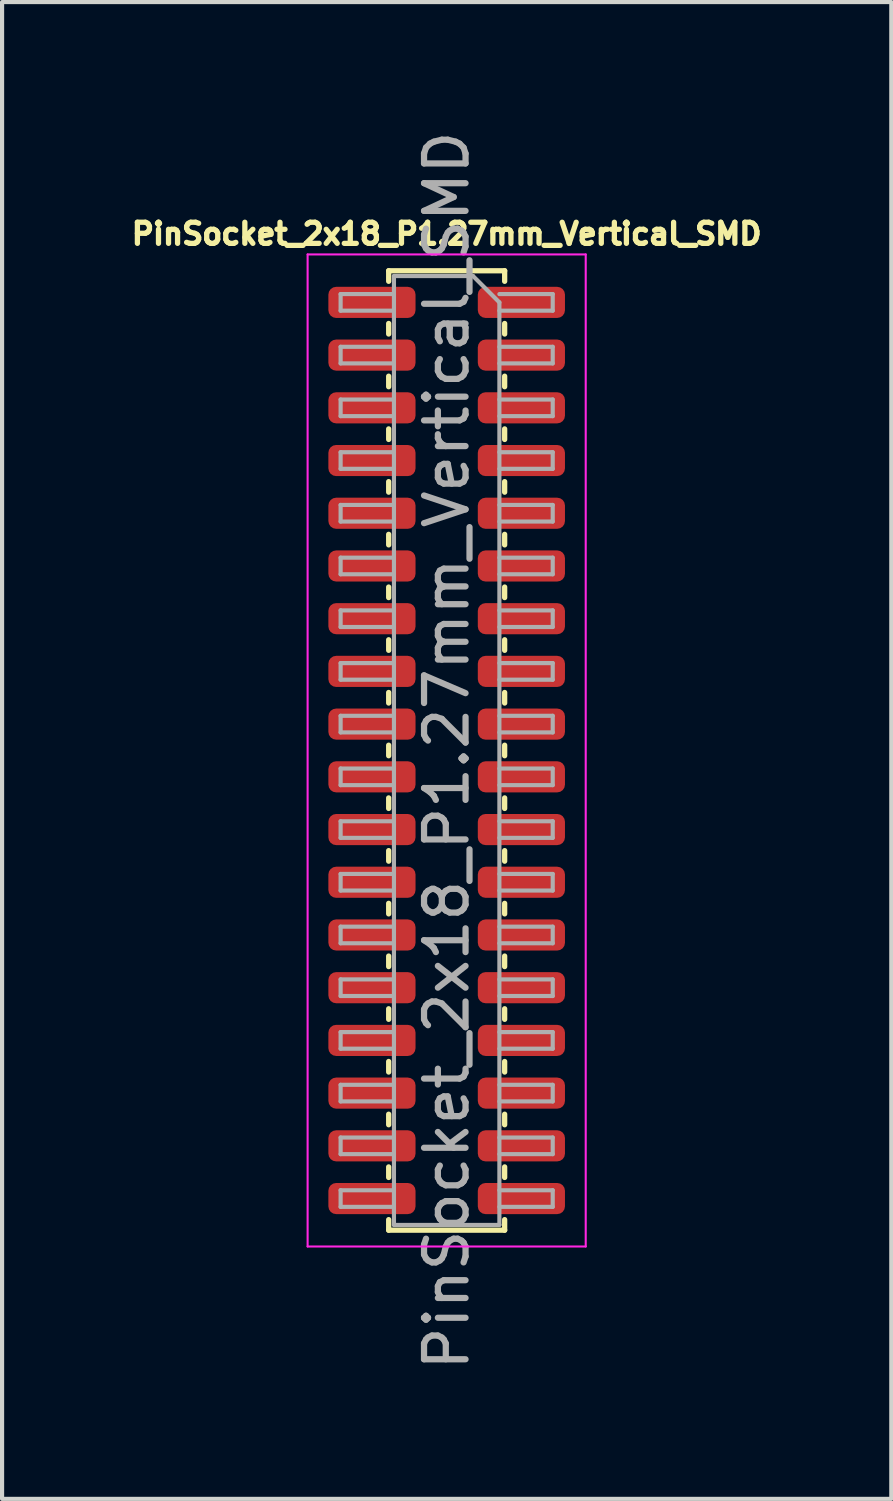
<source format=kicad_pcb>
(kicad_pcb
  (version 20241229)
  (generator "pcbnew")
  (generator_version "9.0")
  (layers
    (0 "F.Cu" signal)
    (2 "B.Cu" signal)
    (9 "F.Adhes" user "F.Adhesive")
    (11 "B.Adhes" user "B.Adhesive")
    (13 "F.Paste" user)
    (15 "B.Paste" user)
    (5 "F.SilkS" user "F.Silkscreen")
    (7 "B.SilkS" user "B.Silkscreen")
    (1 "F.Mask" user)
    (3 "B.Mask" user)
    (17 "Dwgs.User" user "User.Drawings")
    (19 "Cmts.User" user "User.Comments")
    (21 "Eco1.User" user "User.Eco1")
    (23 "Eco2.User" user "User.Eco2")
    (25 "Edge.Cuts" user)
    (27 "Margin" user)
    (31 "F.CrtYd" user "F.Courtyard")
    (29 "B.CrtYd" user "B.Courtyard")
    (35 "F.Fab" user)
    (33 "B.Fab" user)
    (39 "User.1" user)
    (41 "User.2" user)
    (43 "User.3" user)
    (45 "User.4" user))
  (footprint "PinSocket_2x18_P1.27mm_Vertical_SMD"
    (layer "F.Cu")
    (at 7.711 15.03)
    (property "Reference" "PinSocket_2x18_P1.27mm_Vertical_SMD" (at 0 -12.446 0) (layer "F.SilkS") (effects (font (size 0.508 0.508) (thickness 0.127) (bold yes))))
    (attr smd)
    (fp_line (start -1.397 -11.557) (end 1.397 -11.557) (stroke (width 0.127) (type default)) (layer "F.SilkS"))
    (fp_line (start -1.397 -11.303) (end -1.397 -11.557) (stroke (width 0.127) (type default)) (layer "F.SilkS"))
    (fp_line (start -1.397 -10.287) (end -1.397 -10.033) (stroke (width 0.127) (type default)) (layer "F.SilkS"))
    (fp_line (start -1.397 -9.017) (end -1.397 -8.763) (stroke (width 0.127) (type default)) (layer "F.SilkS"))
    (fp_line (start -1.397 -7.747) (end -1.397 -7.493) (stroke (width 0.127) (type default)) (layer "F.SilkS"))
    (fp_line (start -1.397 -6.477) (end -1.397 -6.223) (stroke (width 0.127) (type default)) (layer "F.SilkS"))
    (fp_line (start -1.397 -5.207) (end -1.397 -4.953) (stroke (width 0.127) (type default)) (layer "F.SilkS"))
    (fp_line (start -1.397 -3.937) (end -1.397 -3.683) (stroke (width 0.127) (type default)) (layer "F.SilkS"))
    (fp_line (start -1.397 -2.667) (end -1.397 -2.413) (stroke (width 0.127) (type default)) (layer "F.SilkS"))
    (fp_line (start -1.397 -1.397) (end -1.397 -1.143) (stroke (width 0.127) (type default)) (layer "F.SilkS"))
    (fp_line (start -1.397 -0.127) (end -1.397 0.127) (stroke (width 0.127) (type default)) (layer "F.SilkS"))
    (fp_line (start -1.397 1.143) (end -1.397 1.397) (stroke (width 0.127) (type default)) (layer "F.SilkS"))
    (fp_line (start -1.397 2.413) (end -1.397 2.667) (stroke (width 0.127) (type default)) (layer "F.SilkS"))
    (fp_line (start -1.397 3.683) (end -1.397 3.937) (stroke (width 0.127) (type default)) (layer "F.SilkS"))
    (fp_line (start -1.397 4.953) (end -1.397 5.207) (stroke (width 0.127) (type default)) (layer "F.SilkS"))
    (fp_line (start -1.397 6.223) (end -1.397 6.477) (stroke (width 0.127) (type default)) (layer "F.SilkS"))
    (fp_line (start -1.397 7.493) (end -1.397 7.747) (stroke (width 0.127) (type default)) (layer "F.SilkS"))
    (fp_line (start -1.397 8.763) (end -1.397 9.017) (stroke (width 0.127) (type default)) (layer "F.SilkS"))
    (fp_line (start -1.397 10.033) (end -1.397 10.287) (stroke (width 0.127) (type default)) (layer "F.SilkS"))
    (fp_line (start -1.397 11.303) (end -1.397 11.557) (stroke (width 0.127) (type default)) (layer "F.SilkS"))
    (fp_line (start -1.397 11.557) (end 1.397 11.557) (stroke (width 0.127) (type default)) (layer "F.SilkS"))
    (fp_line (start 1.397 -11.557) (end 1.397 -11.303) (stroke (width 0.127) (type default)) (layer "F.SilkS"))
    (fp_line (start 1.397 -10.287) (end 1.397 -10.033) (stroke (width 0.127) (type default)) (layer "F.SilkS"))
    (fp_line (start 1.397 -9.017) (end 1.397 -8.763) (stroke (width 0.127) (type default)) (layer "F.SilkS"))
    (fp_line (start 1.397 -7.747) (end 1.397 -7.493) (stroke (width 0.127) (type default)) (layer "F.SilkS"))
    (fp_line (start 1.397 -6.477) (end 1.397 -6.223) (stroke (width 0.127) (type default)) (layer "F.SilkS"))
    (fp_line (start 1.397 -5.207) (end 1.397 -4.953) (stroke (width 0.127) (type default)) (layer "F.SilkS"))
    (fp_line (start 1.397 -3.937) (end 1.397 -3.683) (stroke (width 0.127) (type default)) (layer "F.SilkS"))
    (fp_line (start 1.397 -2.667) (end 1.397 -2.413) (stroke (width 0.127) (type default)) (layer "F.SilkS"))
    (fp_line (start 1.397 -1.397) (end 1.397 -1.143) (stroke (width 0.127) (type default)) (layer "F.SilkS"))
    (fp_line (start 1.397 -0.127) (end 1.397 0.127) (stroke (width 0.127) (type default)) (layer "F.SilkS"))
    (fp_line (start 1.397 1.143) (end 1.397 1.397) (stroke (width 0.127) (type default)) (layer "F.SilkS"))
    (fp_line (start 1.397 2.413) (end 1.397 2.667) (stroke (width 0.127) (type default)) (layer "F.SilkS"))
    (fp_line (start 1.397 3.683) (end 1.397 3.937) (stroke (width 0.127) (type default)) (layer "F.SilkS"))
    (fp_line (start 1.397 4.953) (end 1.397 5.207) (stroke (width 0.127) (type default)) (layer "F.SilkS"))
    (fp_line (start 1.397 6.223) (end 1.397 6.477) (stroke (width 0.127) (type default)) (layer "F.SilkS"))
    (fp_line (start 1.397 7.493) (end 1.397 7.747) (stroke (width 0.127) (type default)) (layer "F.SilkS"))
    (fp_line (start 1.397 8.763) (end 1.397 9.017) (stroke (width 0.127) (type default)) (layer "F.SilkS"))
    (fp_line (start 1.397 10.033) (end 1.397 10.287) (stroke (width 0.127) (type default)) (layer "F.SilkS"))
    (fp_line (start 1.397 11.557) (end 1.397 11.303) (stroke (width 0.127) (type default)) (layer "F.SilkS"))
    (fp_line (start -3.35 -11.95) (end 3.35 -11.95) (stroke (width 0.05) (type solid)) (layer "F.CrtYd"))
    (fp_line (start -3.35 11.95) (end -3.35 -11.95) (stroke (width 0.05) (type solid)) (layer "F.CrtYd"))
    (fp_line (start 3.35 -11.95) (end 3.35 11.95) (stroke (width 0.05) (type solid)) (layer "F.CrtYd"))
    (fp_line (start 3.35 11.95) (end -3.35 11.95) (stroke (width 0.05) (type solid)) (layer "F.CrtYd"))
    (fp_line (start -2.555 -10.995) (end -1.27 -10.995) (stroke (width 0.1) (type solid)) (layer "F.Fab"))
    (fp_line (start -2.555 -10.595) (end -2.555 -10.995) (stroke (width 0.1) (type solid)) (layer "F.Fab"))
    (fp_line (start -2.555 -9.725) (end -1.27 -9.725) (stroke (width 0.1) (type solid)) (layer "F.Fab"))
    (fp_line (start -2.555 -9.325) (end -2.555 -9.725) (stroke (width 0.1) (type solid)) (layer "F.Fab"))
    (fp_line (start -2.555 -8.455) (end -1.27 -8.455) (stroke (width 0.1) (type solid)) (layer "F.Fab"))
    (fp_line (start -2.555 -8.055) (end -2.555 -8.455) (stroke (width 0.1) (type solid)) (layer "F.Fab"))
    (fp_line (start -2.555 -7.185) (end -1.27 -7.185) (stroke (width 0.1) (type solid)) (layer "F.Fab"))
    (fp_line (start -2.555 -6.785) (end -2.555 -7.185) (stroke (width 0.1) (type solid)) (layer "F.Fab"))
    (fp_line (start -2.555 -5.915) (end -1.27 -5.915) (stroke (width 0.1) (type solid)) (layer "F.Fab"))
    (fp_line (start -2.555 -5.515) (end -2.555 -5.915) (stroke (width 0.1) (type solid)) (layer "F.Fab"))
    (fp_line (start -2.555 -4.645) (end -1.27 -4.645) (stroke (width 0.1) (type solid)) (layer "F.Fab"))
    (fp_line (start -2.555 -4.245) (end -2.555 -4.645) (stroke (width 0.1) (type solid)) (layer "F.Fab"))
    (fp_line (start -2.555 -3.375) (end -1.27 -3.375) (stroke (width 0.1) (type solid)) (layer "F.Fab"))
    (fp_line (start -2.555 -2.975) (end -2.555 -3.375) (stroke (width 0.1) (type solid)) (layer "F.Fab"))
    (fp_line (start -2.555 -2.105) (end -1.27 -2.105) (stroke (width 0.1) (type solid)) (layer "F.Fab"))
    (fp_line (start -2.555 -1.705) (end -2.555 -2.105) (stroke (width 0.1) (type solid)) (layer "F.Fab"))
    (fp_line (start -2.555 -0.835) (end -1.27 -0.835) (stroke (width 0.1) (type solid)) (layer "F.Fab"))
    (fp_line (start -2.555 -0.435) (end -2.555 -0.835) (stroke (width 0.1) (type solid)) (layer "F.Fab"))
    (fp_line (start -2.555 0.435) (end -1.27 0.435) (stroke (width 0.1) (type solid)) (layer "F.Fab"))
    (fp_line (start -2.555 0.835) (end -2.555 0.435) (stroke (width 0.1) (type solid)) (layer "F.Fab"))
    (fp_line (start -2.555 1.705) (end -1.27 1.705) (stroke (width 0.1) (type solid)) (layer "F.Fab"))
    (fp_line (start -2.555 2.105) (end -2.555 1.705) (stroke (width 0.1) (type solid)) (layer "F.Fab"))
    (fp_line (start -2.555 2.975) (end -1.27 2.975) (stroke (width 0.1) (type solid)) (layer "F.Fab"))
    (fp_line (start -2.555 3.375) (end -2.555 2.975) (stroke (width 0.1) (type solid)) (layer "F.Fab"))
    (fp_line (start -2.555 4.245) (end -1.27 4.245) (stroke (width 0.1) (type solid)) (layer "F.Fab"))
    (fp_line (start -2.555 4.645) (end -2.555 4.245) (stroke (width 0.1) (type solid)) (layer "F.Fab"))
    (fp_line (start -2.555 5.515) (end -1.27 5.515) (stroke (width 0.1) (type solid)) (layer "F.Fab"))
    (fp_line (start -2.555 5.915) (end -2.555 5.515) (stroke (width 0.1) (type solid)) (layer "F.Fab"))
    (fp_line (start -2.555 6.785) (end -1.27 6.785) (stroke (width 0.1) (type solid)) (layer "F.Fab"))
    (fp_line (start -2.555 7.185) (end -2.555 6.785) (stroke (width 0.1) (type solid)) (layer "F.Fab"))
    (fp_line (start -2.555 8.055) (end -1.27 8.055) (stroke (width 0.1) (type solid)) (layer "F.Fab"))
    (fp_line (start -2.555 8.455) (end -2.555 8.055) (stroke (width 0.1) (type solid)) (layer "F.Fab"))
    (fp_line (start -2.555 9.325) (end -1.27 9.325) (stroke (width 0.1) (type solid)) (layer "F.Fab"))
    (fp_line (start -2.555 9.725) (end -2.555 9.325) (stroke (width 0.1) (type solid)) (layer "F.Fab"))
    (fp_line (start -2.555 10.595) (end -1.27 10.595) (stroke (width 0.1) (type solid)) (layer "F.Fab"))
    (fp_line (start -2.555 10.995) (end -2.555 10.595) (stroke (width 0.1) (type solid)) (layer "F.Fab"))
    (fp_line (start -1.27 -11.43) (end 0.635 -11.43) (stroke (width 0.1) (type solid)) (layer "F.Fab"))
    (fp_line (start -1.27 -10.595) (end -2.555 -10.595) (stroke (width 0.1) (type solid)) (layer "F.Fab"))
    (fp_line (start -1.27 -9.325) (end -2.555 -9.325) (stroke (width 0.1) (type solid)) (layer "F.Fab"))
    (fp_line (start -1.27 -8.055) (end -2.555 -8.055) (stroke (width 0.1) (type solid)) (layer "F.Fab"))
    (fp_line (start -1.27 -6.785) (end -2.555 -6.785) (stroke (width 0.1) (type solid)) (layer "F.Fab"))
    (fp_line (start -1.27 -5.515) (end -2.555 -5.515) (stroke (width 0.1) (type solid)) (layer "F.Fab"))
    (fp_line (start -1.27 -4.245) (end -2.555 -4.245) (stroke (width 0.1) (type solid)) (layer "F.Fab"))
    (fp_line (start -1.27 -2.975) (end -2.555 -2.975) (stroke (width 0.1) (type solid)) (layer "F.Fab"))
    (fp_line (start -1.27 -1.705) (end -2.555 -1.705) (stroke (width 0.1) (type solid)) (layer "F.Fab"))
    (fp_line (start -1.27 -0.435) (end -2.555 -0.435) (stroke (width 0.1) (type solid)) (layer "F.Fab"))
    (fp_line (start -1.27 0.835) (end -2.555 0.835) (stroke (width 0.1) (type solid)) (layer "F.Fab"))
    (fp_line (start -1.27 2.105) (end -2.555 2.105) (stroke (width 0.1) (type solid)) (layer "F.Fab"))
    (fp_line (start -1.27 3.375) (end -2.555 3.375) (stroke (width 0.1) (type solid)) (layer "F.Fab"))
    (fp_line (start -1.27 4.645) (end -2.555 4.645) (stroke (width 0.1) (type solid)) (layer "F.Fab"))
    (fp_line (start -1.27 5.915) (end -2.555 5.915) (stroke (width 0.1) (type solid)) (layer "F.Fab"))
    (fp_line (start -1.27 7.185) (end -2.555 7.185) (stroke (width 0.1) (type solid)) (layer "F.Fab"))
    (fp_line (start -1.27 8.455) (end -2.555 8.455) (stroke (width 0.1) (type solid)) (layer "F.Fab"))
    (fp_line (start -1.27 9.725) (end -2.555 9.725) (stroke (width 0.1) (type solid)) (layer "F.Fab"))
    (fp_line (start -1.27 10.995) (end -2.555 10.995) (stroke (width 0.1) (type solid)) (layer "F.Fab"))
    (fp_line (start -1.27 11.43) (end -1.27 -11.43) (stroke (width 0.1) (type solid)) (layer "F.Fab"))
    (fp_line (start 0.635 -11.43) (end 1.27 -10.795) (stroke (width 0.1) (type solid)) (layer "F.Fab"))
    (fp_line (start 1.27 -10.995) (end 2.555 -10.995) (stroke (width 0.1) (type solid)) (layer "F.Fab"))
    (fp_line (start 1.27 -10.795) (end 1.27 11.43) (stroke (width 0.1) (type solid)) (layer "F.Fab"))
    (fp_line (start 1.27 -9.725) (end 2.555 -9.725) (stroke (width 0.1) (type solid)) (layer "F.Fab"))
    (fp_line (start 1.27 -8.455) (end 2.555 -8.455) (stroke (width 0.1) (type solid)) (layer "F.Fab"))
    (fp_line (start 1.27 -7.185) (end 2.555 -7.185) (stroke (width 0.1) (type solid)) (layer "F.Fab"))
    (fp_line (start 1.27 -5.915) (end 2.555 -5.915) (stroke (width 0.1) (type solid)) (layer "F.Fab"))
    (fp_line (start 1.27 -4.645) (end 2.555 -4.645) (stroke (width 0.1) (type solid)) (layer "F.Fab"))
    (fp_line (start 1.27 -3.375) (end 2.555 -3.375) (stroke (width 0.1) (type solid)) (layer "F.Fab"))
    (fp_line (start 1.27 -2.105) (end 2.555 -2.105) (stroke (width 0.1) (type solid)) (layer "F.Fab"))
    (fp_line (start 1.27 -0.835) (end 2.555 -0.835) (stroke (width 0.1) (type solid)) (layer "F.Fab"))
    (fp_line (start 1.27 0.435) (end 2.555 0.435) (stroke (width 0.1) (type solid)) (layer "F.Fab"))
    (fp_line (start 1.27 1.705) (end 2.555 1.705) (stroke (width 0.1) (type solid)) (layer "F.Fab"))
    (fp_line (start 1.27 2.975) (end 2.555 2.975) (stroke (width 0.1) (type solid)) (layer "F.Fab"))
    (fp_line (start 1.27 4.245) (end 2.555 4.245) (stroke (width 0.1) (type solid)) (layer "F.Fab"))
    (fp_line (start 1.27 5.515) (end 2.555 5.515) (stroke (width 0.1) (type solid)) (layer "F.Fab"))
    (fp_line (start 1.27 6.785) (end 2.555 6.785) (stroke (width 0.1) (type solid)) (layer "F.Fab"))
    (fp_line (start 1.27 8.055) (end 2.555 8.055) (stroke (width 0.1) (type solid)) (layer "F.Fab"))
    (fp_line (start 1.27 9.325) (end 2.555 9.325) (stroke (width 0.1) (type solid)) (layer "F.Fab"))
    (fp_line (start 1.27 10.595) (end 2.555 10.595) (stroke (width 0.1) (type solid)) (layer "F.Fab"))
    (fp_line (start 1.27 11.43) (end -1.27 11.43) (stroke (width 0.1) (type solid)) (layer "F.Fab"))
    (fp_line (start 2.555 -10.995) (end 2.555 -10.595) (stroke (width 0.1) (type solid)) (layer "F.Fab"))
    (fp_line (start 2.555 -10.595) (end 1.27 -10.595) (stroke (width 0.1) (type solid)) (layer "F.Fab"))
    (fp_line (start 2.555 -9.725) (end 2.555 -9.325) (stroke (width 0.1) (type solid)) (layer "F.Fab"))
    (fp_line (start 2.555 -9.325) (end 1.27 -9.325) (stroke (width 0.1) (type solid)) (layer "F.Fab"))
    (fp_line (start 2.555 -8.455) (end 2.555 -8.055) (stroke (width 0.1) (type solid)) (layer "F.Fab"))
    (fp_line (start 2.555 -8.055) (end 1.27 -8.055) (stroke (width 0.1) (type solid)) (layer "F.Fab"))
    (fp_line (start 2.555 -7.185) (end 2.555 -6.785) (stroke (width 0.1) (type solid)) (layer "F.Fab"))
    (fp_line (start 2.555 -6.785) (end 1.27 -6.785) (stroke (width 0.1) (type solid)) (layer "F.Fab"))
    (fp_line (start 2.555 -5.915) (end 2.555 -5.515) (stroke (width 0.1) (type solid)) (layer "F.Fab"))
    (fp_line (start 2.555 -5.515) (end 1.27 -5.515) (stroke (width 0.1) (type solid)) (layer "F.Fab"))
    (fp_line (start 2.555 -4.645) (end 2.555 -4.245) (stroke (width 0.1) (type solid)) (layer "F.Fab"))
    (fp_line (start 2.555 -4.245) (end 1.27 -4.245) (stroke (width 0.1) (type solid)) (layer "F.Fab"))
    (fp_line (start 2.555 -3.375) (end 2.555 -2.975) (stroke (width 0.1) (type solid)) (layer "F.Fab"))
    (fp_line (start 2.555 -2.975) (end 1.27 -2.975) (stroke (width 0.1) (type solid)) (layer "F.Fab"))
    (fp_line (start 2.555 -2.105) (end 2.555 -1.705) (stroke (width 0.1) (type solid)) (layer "F.Fab"))
    (fp_line (start 2.555 -1.705) (end 1.27 -1.705) (stroke (width 0.1) (type solid)) (layer "F.Fab"))
    (fp_line (start 2.555 -0.835) (end 2.555 -0.435) (stroke (width 0.1) (type solid)) (layer "F.Fab"))
    (fp_line (start 2.555 -0.435) (end 1.27 -0.435) (stroke (width 0.1) (type solid)) (layer "F.Fab"))
    (fp_line (start 2.555 0.435) (end 2.555 0.835) (stroke (width 0.1) (type solid)) (layer "F.Fab"))
    (fp_line (start 2.555 0.835) (end 1.27 0.835) (stroke (width 0.1) (type solid)) (layer "F.Fab"))
    (fp_line (start 2.555 1.705) (end 2.555 2.105) (stroke (width 0.1) (type solid)) (layer "F.Fab"))
    (fp_line (start 2.555 2.105) (end 1.27 2.105) (stroke (width 0.1) (type solid)) (layer "F.Fab"))
    (fp_line (start 2.555 2.975) (end 2.555 3.375) (stroke (width 0.1) (type solid)) (layer "F.Fab"))
    (fp_line (start 2.555 3.375) (end 1.27 3.375) (stroke (width 0.1) (type solid)) (layer "F.Fab"))
    (fp_line (start 2.555 4.245) (end 2.555 4.645) (stroke (width 0.1) (type solid)) (layer "F.Fab"))
    (fp_line (start 2.555 4.645) (end 1.27 4.645) (stroke (width 0.1) (type solid)) (layer "F.Fab"))
    (fp_line (start 2.555 5.515) (end 2.555 5.915) (stroke (width 0.1) (type solid)) (layer "F.Fab"))
    (fp_line (start 2.555 5.915) (end 1.27 5.915) (stroke (width 0.1) (type solid)) (layer "F.Fab"))
    (fp_line (start 2.555 6.785) (end 2.555 7.185) (stroke (width 0.1) (type solid)) (layer "F.Fab"))
    (fp_line (start 2.555 7.185) (end 1.27 7.185) (stroke (width 0.1) (type solid)) (layer "F.Fab"))
    (fp_line (start 2.555 8.055) (end 2.555 8.455) (stroke (width 0.1) (type solid)) (layer "F.Fab"))
    (fp_line (start 2.555 8.455) (end 1.27 8.455) (stroke (width 0.1) (type solid)) (layer "F.Fab"))
    (fp_line (start 2.555 9.325) (end 2.555 9.725) (stroke (width 0.1) (type solid)) (layer "F.Fab"))
    (fp_line (start 2.555 9.725) (end 1.27 9.725) (stroke (width 0.1) (type solid)) (layer "F.Fab"))
    (fp_line (start 2.555 10.595) (end 2.555 10.995) (stroke (width 0.1) (type solid)) (layer "F.Fab"))
    (fp_line (start 2.555 10.995) (end 1.27 10.995) (stroke (width 0.1) (type solid)) (layer "F.Fab"))
    (fp_text user "${REFERENCE}" (at 0 0 90) (layer "F.Fab") (effects (font (size 1 1) (thickness 0.15))))
    (pad "1" smd roundrect (at 1.8 -10.795) (size 2.1 0.75) (layers "F.Cu" "F.Mask" "F.Paste") (roundrect_rratio 0.25))
    (pad "2" smd roundrect (at -1.8 -10.795) (size 2.1 0.75) (layers "F.Cu" "F.Mask" "F.Paste") (roundrect_rratio 0.25))
    (pad "3" smd roundrect (at 1.8 -9.525) (size 2.1 0.75) (layers "F.Cu" "F.Mask" "F.Paste") (roundrect_rratio 0.25))
    (pad "4" smd roundrect (at -1.8 -9.525) (size 2.1 0.75) (layers "F.Cu" "F.Mask" "F.Paste") (roundrect_rratio 0.25))
    (pad "5" smd roundrect (at 1.8 -8.255) (size 2.1 0.75) (layers "F.Cu" "F.Mask" "F.Paste") (roundrect_rratio 0.25))
    (pad "6" smd roundrect (at -1.8 -8.255) (size 2.1 0.75) (layers "F.Cu" "F.Mask" "F.Paste") (roundrect_rratio 0.25))
    (pad "7" smd roundrect (at 1.8 -6.985) (size 2.1 0.75) (layers "F.Cu" "F.Mask" "F.Paste") (roundrect_rratio 0.25))
    (pad "8" smd roundrect (at -1.8 -6.985) (size 2.1 0.75) (layers "F.Cu" "F.Mask" "F.Paste") (roundrect_rratio 0.25))
    (pad "9" smd roundrect (at 1.8 -5.715) (size 2.1 0.75) (layers "F.Cu" "F.Mask" "F.Paste") (roundrect_rratio 0.25))
    (pad "10" smd roundrect (at -1.8 -5.715) (size 2.1 0.75) (layers "F.Cu" "F.Mask" "F.Paste") (roundrect_rratio 0.25))
    (pad "11" smd roundrect (at 1.8 -4.445) (size 2.1 0.75) (layers "F.Cu" "F.Mask" "F.Paste") (roundrect_rratio 0.25))
    (pad "12" smd roundrect (at -1.8 -4.445) (size 2.1 0.75) (layers "F.Cu" "F.Mask" "F.Paste") (roundrect_rratio 0.25))
    (pad "13" smd roundrect (at 1.8 -3.175) (size 2.1 0.75) (layers "F.Cu" "F.Mask" "F.Paste") (roundrect_rratio 0.25))
    (pad "14" smd roundrect (at -1.8 -3.175) (size 2.1 0.75) (layers "F.Cu" "F.Mask" "F.Paste") (roundrect_rratio 0.25))
    (pad "15" smd roundrect (at 1.8 -1.905) (size 2.1 0.75) (layers "F.Cu" "F.Mask" "F.Paste") (roundrect_rratio 0.25))
    (pad "16" smd roundrect (at -1.8 -1.905) (size 2.1 0.75) (layers "F.Cu" "F.Mask" "F.Paste") (roundrect_rratio 0.25))
    (pad "17" smd roundrect (at 1.8 -0.635) (size 2.1 0.75) (layers "F.Cu" "F.Mask" "F.Paste") (roundrect_rratio 0.25))
    (pad "18" smd roundrect (at -1.8 -0.635) (size 2.1 0.75) (layers "F.Cu" "F.Mask" "F.Paste") (roundrect_rratio 0.25))
    (pad "19" smd roundrect (at 1.8 0.635) (size 2.1 0.75) (layers "F.Cu" "F.Mask" "F.Paste") (roundrect_rratio 0.25))
    (pad "20" smd roundrect (at -1.8 0.635) (size 2.1 0.75) (layers "F.Cu" "F.Mask" "F.Paste") (roundrect_rratio 0.25))
    (pad "21" smd roundrect (at 1.8 1.905) (size 2.1 0.75) (layers "F.Cu" "F.Mask" "F.Paste") (roundrect_rratio 0.25))
    (pad "22" smd roundrect (at -1.8 1.905) (size 2.1 0.75) (layers "F.Cu" "F.Mask" "F.Paste") (roundrect_rratio 0.25))
    (pad "23" smd roundrect (at 1.8 3.175) (size 2.1 0.75) (layers "F.Cu" "F.Mask" "F.Paste") (roundrect_rratio 0.25))
    (pad "24" smd roundrect (at -1.8 3.175) (size 2.1 0.75) (layers "F.Cu" "F.Mask" "F.Paste") (roundrect_rratio 0.25))
    (pad "25" smd roundrect (at 1.8 4.445) (size 2.1 0.75) (layers "F.Cu" "F.Mask" "F.Paste") (roundrect_rratio 0.25))
    (pad "26" smd roundrect (at -1.8 4.445) (size 2.1 0.75) (layers "F.Cu" "F.Mask" "F.Paste") (roundrect_rratio 0.25))
    (pad "27" smd roundrect (at 1.8 5.715) (size 2.1 0.75) (layers "F.Cu" "F.Mask" "F.Paste") (roundrect_rratio 0.25))
    (pad "28" smd roundrect (at -1.8 5.715) (size 2.1 0.75) (layers "F.Cu" "F.Mask" "F.Paste") (roundrect_rratio 0.25))
    (pad "29" smd roundrect (at 1.8 6.985) (size 2.1 0.75) (layers "F.Cu" "F.Mask" "F.Paste") (roundrect_rratio 0.25))
    (pad "30" smd roundrect (at -1.8 6.985) (size 2.1 0.75) (layers "F.Cu" "F.Mask" "F.Paste") (roundrect_rratio 0.25))
    (pad "31" smd roundrect (at 1.8 8.255) (size 2.1 0.75) (layers "F.Cu" "F.Mask" "F.Paste") (roundrect_rratio 0.25))
    (pad "32" smd roundrect (at -1.8 8.255) (size 2.1 0.75) (layers "F.Cu" "F.Mask" "F.Paste") (roundrect_rratio 0.25))
    (pad "33" smd roundrect (at 1.8 9.525) (size 2.1 0.75) (layers "F.Cu" "F.Mask" "F.Paste") (roundrect_rratio 0.25))
    (pad "34" smd roundrect (at -1.8 9.525) (size 2.1 0.75) (layers "F.Cu" "F.Mask" "F.Paste") (roundrect_rratio 0.25))
    (pad "35" smd roundrect (at 1.8 10.795) (size 2.1 0.75) (layers "F.Cu" "F.Mask" "F.Paste") (roundrect_rratio 0.25))
    (pad "36" smd roundrect (at -1.8 10.795) (size 2.1 0.75) (layers "F.Cu" "F.Mask" "F.Paste") (roundrect_rratio 0.25)))
  (gr_rect
    (start -3 -3)
    (end 18.423 33.06)
    (stroke (width 0.1) (type default))
    (fill no)
    (layer "Edge.Cuts")))
</source>
